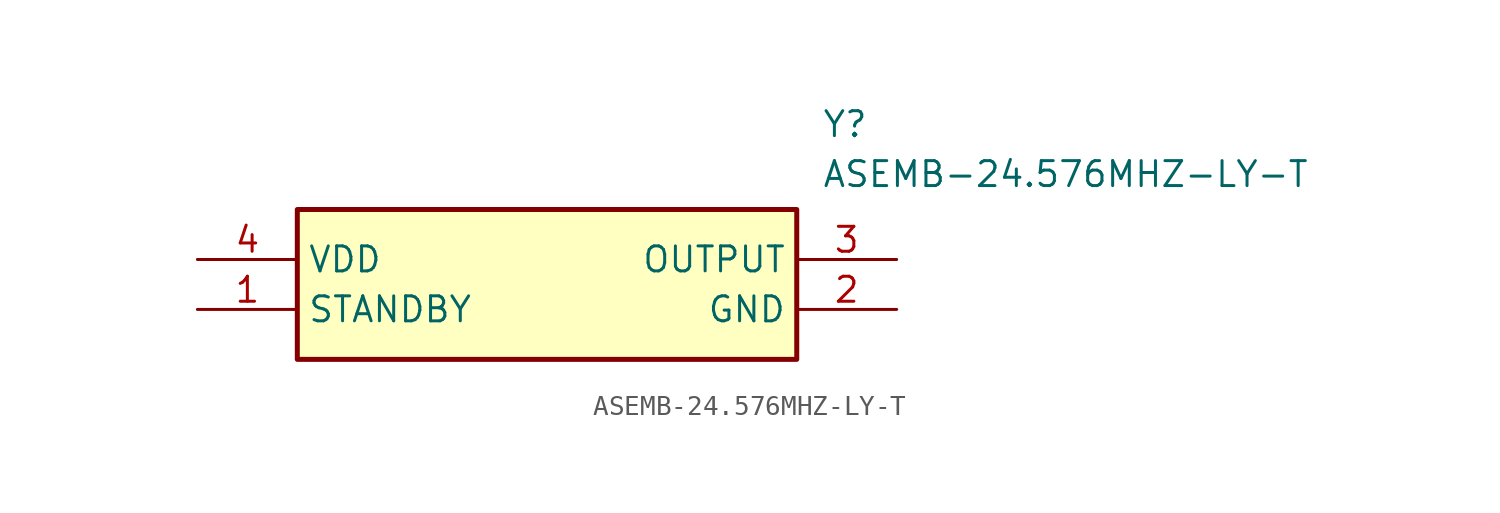
<source format=kicad_sym>
(kicad_symbol_lib
  (version 20211014)
  (generator SamacSys_ECAD_Model)
  (symbol "ASEMB-24.576MHZ-LY-T"
    (property "Reference" "Y"
      (at 31.75 7.62 0)
      (effects (font (size 1.27 1.27)) (justify left top)))
    (property "Value" "ASEMB-24.576MHZ-LY-T"
      (at 31.75 5.08 0)
      (effects (font (size 1.27 1.27)) (justify left top)))
    (rectangle
      (start 5.08 2.54)
      (end 30.48 -5.08)
      (stroke (width 0.254) (type default))
      (fill (type background)))
    (pin passive line
      (at 0 -2.54 0)
      (length 5.08)
      (name "STANDBY" (effects (font (size 1.27 1.27))))
      (number "1" (effects (font (size 1.27 1.27)))))
    (pin passive line
      (at 35.56 -2.54 180)
      (length 5.08)
      (name "GND" (effects (font (size 1.27 1.27))))
      (number "2" (effects (font (size 1.27 1.27)))))
    (pin passive line
      (at 35.56 0 180)
      (length 5.08)
      (name "OUTPUT" (effects (font (size 1.27 1.27))))
      (number "3" (effects (font (size 1.27 1.27)))))
    (pin passive line
      (at 0 0 0)
      (length 5.08)
      (name "VDD" (effects (font (size 1.27 1.27))))
      (number "4" (effects (font (size 1.27 1.27)))))))
</source>
